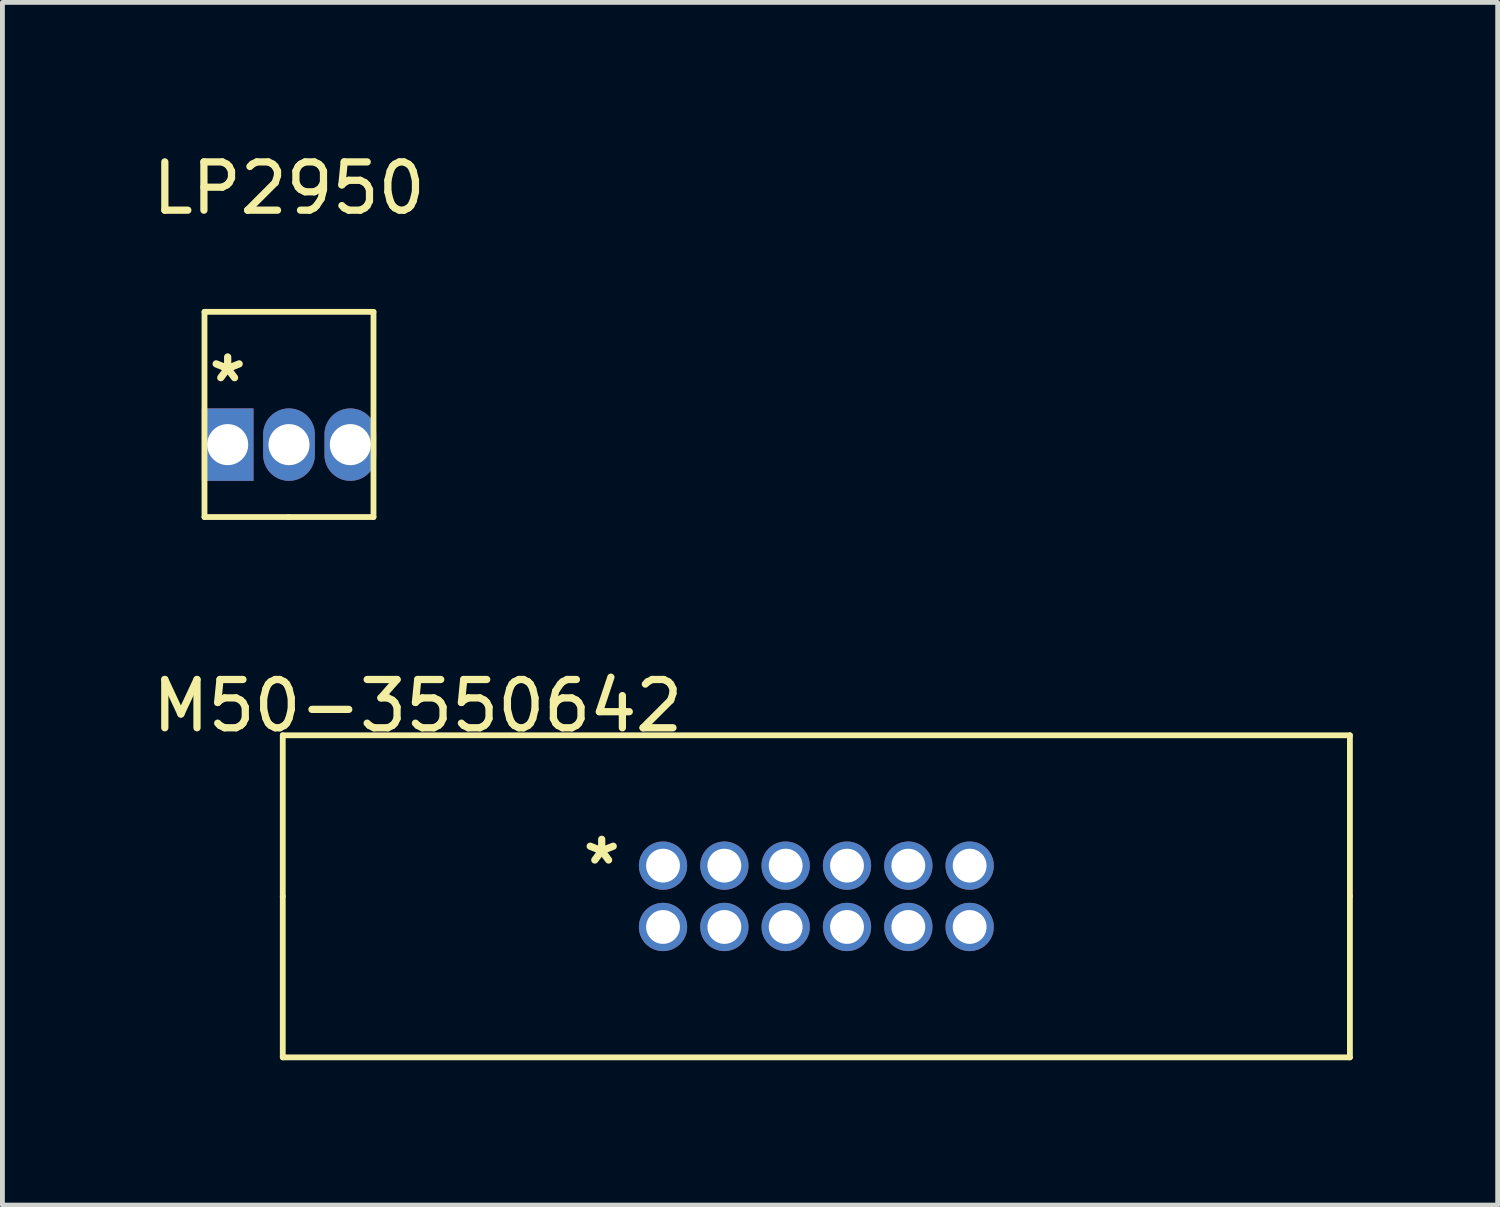
<source format=kicad_pcb>
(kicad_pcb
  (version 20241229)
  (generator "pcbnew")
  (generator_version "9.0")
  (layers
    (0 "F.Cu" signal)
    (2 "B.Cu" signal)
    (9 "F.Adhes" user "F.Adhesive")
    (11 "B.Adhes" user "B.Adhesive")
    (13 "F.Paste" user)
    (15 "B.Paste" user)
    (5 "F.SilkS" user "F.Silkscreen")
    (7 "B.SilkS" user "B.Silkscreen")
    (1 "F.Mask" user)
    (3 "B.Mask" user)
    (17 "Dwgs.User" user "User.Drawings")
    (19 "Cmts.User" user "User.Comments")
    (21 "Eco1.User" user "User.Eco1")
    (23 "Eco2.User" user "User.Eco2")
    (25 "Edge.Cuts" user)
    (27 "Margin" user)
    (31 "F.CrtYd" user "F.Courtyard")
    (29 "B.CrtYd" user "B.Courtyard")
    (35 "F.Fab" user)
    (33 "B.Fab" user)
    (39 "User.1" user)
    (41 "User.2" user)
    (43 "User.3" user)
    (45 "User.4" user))
  (footprint "M50-3550642"
    (layer "F.Cu")
    (at 10.681 14.877)
    (property "Reference" "M50-3550642" (at -5.08 -3.31 0) (layer "F.SilkS") (effects (font (size 1 1) (thickness 0.15))))
    (attr through_hole)
    (fp_line (start -7.875 -2.7) (end -7.875 0.635) (stroke (width 0.12) (type solid)) (layer "F.SilkS"))
    (fp_line (start -7.875 -2.7) (end 14.225 -2.7) (stroke (width 0.12) (type solid)) (layer "F.SilkS"))
    (fp_line (start -7.875 0.635) (end -7.875 3.97) (stroke (width 0.12) (type solid)) (layer "F.SilkS"))
    (fp_line (start -7.875 3.97) (end 14.225 3.97) (stroke (width 0.12) (type solid)) (layer "F.SilkS"))
    (fp_line (start 14.225 -2.7) (end 14.225 0.635) (stroke (width 0.12) (type solid)) (layer "F.SilkS"))
    (fp_line (start 14.225 0.635) (end 14.225 3.97) (stroke (width 0.12) (type solid)) (layer "F.SilkS"))
    (fp_text user "*" (at -1.27 0 0) (layer "F.SilkS") (effects (font (size 1 1) (thickness 0.15))))
    (pad "1" thru_hole circle (at 0 0) (size 1 1) (drill 0.7) (layers "*.Cu" "*.Mask"))
    (pad "2" thru_hole circle (at 1.27 0) (size 1 1) (drill 0.7) (layers "*.Cu" "*.Mask"))
    (pad "3" thru_hole circle (at 2.54 0) (size 1 1) (drill 0.7) (layers "*.Cu" "*.Mask"))
    (pad "4" thru_hole circle (at 3.81 0) (size 1 1) (drill 0.7) (layers "*.Cu" "*.Mask"))
    (pad "5" thru_hole circle (at 5.08 0) (size 1 1) (drill 0.7) (layers "*.Cu" "*.Mask"))
    (pad "6" thru_hole circle (at 6.35 0) (size 1 1) (drill 0.7) (layers "*.Cu" "*.Mask"))
    (pad "7" thru_hole circle (at 6.35 1.27) (size 1 1) (drill 0.7) (layers "*.Cu" "*.Mask"))
    (pad "8" thru_hole circle (at 5.08 1.27) (size 1 1) (drill 0.7) (layers "*.Cu" "*.Mask"))
    (pad "9" thru_hole circle (at 3.81 1.27) (size 1 1) (drill 0.7) (layers "*.Cu" "*.Mask"))
    (pad "10" thru_hole circle (at 2.54 1.27) (size 1 1) (drill 0.7) (layers "*.Cu" "*.Mask"))
    (pad "11" thru_hole circle (at 1.27 1.27) (size 1 1) (drill 0.7) (layers "*.Cu" "*.Mask"))
    (pad "12" thru_hole circle (at 0 1.27) (size 1 1) (drill 0.7) (layers "*.Cu" "*.Mask")))
  (footprint "LP2950"
    (layer "F.Cu")
    (at 2.935 6.158)
    (property "Reference" "LP2950" (at 0 -5.31 0) (layer "F.SilkS") (effects (font (size 1 1) (thickness 0.15))))
    (attr through_hole)
    (fp_line (start -1.75 -2.75) (end -1.75 1.5) (stroke (width 0.12) (type solid)) (layer "F.SilkS"))
    (fp_line (start 0 1.5) (end -1.75 1.5) (stroke (width 0.12) (type solid)) (layer "F.SilkS"))
    (fp_line (start 1.75 -2.75) (end -1.75 -2.75) (stroke (width 0.12) (type solid)) (layer "F.SilkS"))
    (fp_line (start 1.75 1.5) (end 0 1.5) (stroke (width 0.12) (type solid)) (layer "F.SilkS"))
    (fp_line (start 1.75 1.5) (end 1.75 -2.75) (stroke (width 0.12) (type solid)) (layer "F.SilkS"))
    (fp_text user "*" (at -1.27 -1.27 0) (layer "F.SilkS") (effects (font (size 1 1) (thickness 0.15))))
    (pad "1" thru_hole rect (at -1.27 0) (size 1.07 1.5) (drill 0.85) (layers "*.Cu" "*.Mask"))
    (pad "2" thru_hole oval (at 0 0) (size 1.07 1.5) (drill 0.85) (layers "*.Cu" "*.Mask"))
    (pad "3" thru_hole oval (at 1.27 0) (size 1.07 1.5) (drill 0.85) (layers "*.Cu" "*.Mask")))
  (gr_rect
    (start -3 -3)
    (end 27.966 21.907)
    (stroke (width 0.1) (type default))
    (fill no)
    (layer "Edge.Cuts")))
</source>
